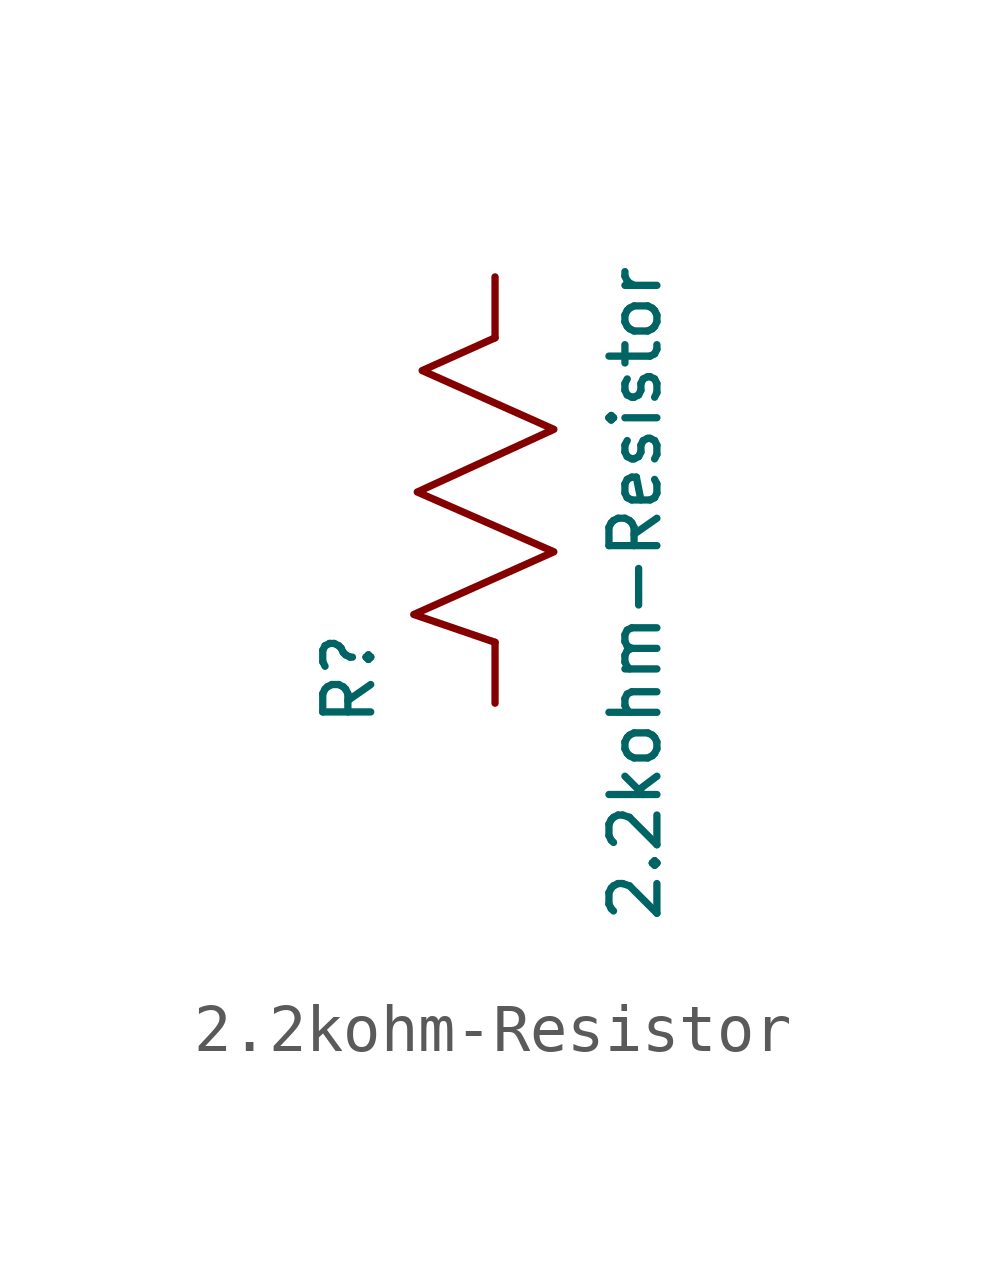
<source format=kicad_sym>
(kicad_symbol_lib
  (version 20220914)
  (generator kicad_symbol_editor)
  (symbol "2.2kohm-Resistor"
    (pin_numbers hide)
    (pin_names
      (offset -2.54) hide)
    (property "Reference" "R"
      (at 2.032 -7.112 90)
      (effects (font (size 1 1))))
    (property "Value" "2.2kohm-Resistor"
      (at 8.001 -5.334 90)
      (effects (font (size 1 1))))
    (property "Datasheet" ""
      (at 5.08 -11.43 90)
      (effects (font (size 1.524 1.524))))
    (symbol "2.2kohm-Resistor_0_1"
      (polyline (pts (xy 5.08 -6.35) (xy 3.385 -5.77) (xy 6.306 -4.463) (xy 3.458 -3.216) (xy 6.306 -1.909) (xy 3.56 -0.683) (xy 5.08 0)) (stroke (width 0) (type default)) (fill (type none))))
    (symbol "2.2kohm-Resistor_1_1"
      (pin unspecified line (at 5.08 -7.62 90) (length 1.27) (name "1" (effects (font (size 1.499 1.499)))) (number "1" (effects (font (size 1.499 1.499)))))
      (pin unspecified line (at 5.08 1.27 270) (length 1.27) (name "2" (effects (font (size 1.499 1.499)))) (number "2" (effects (font (size 1.499 1.499))))))))
</source>
